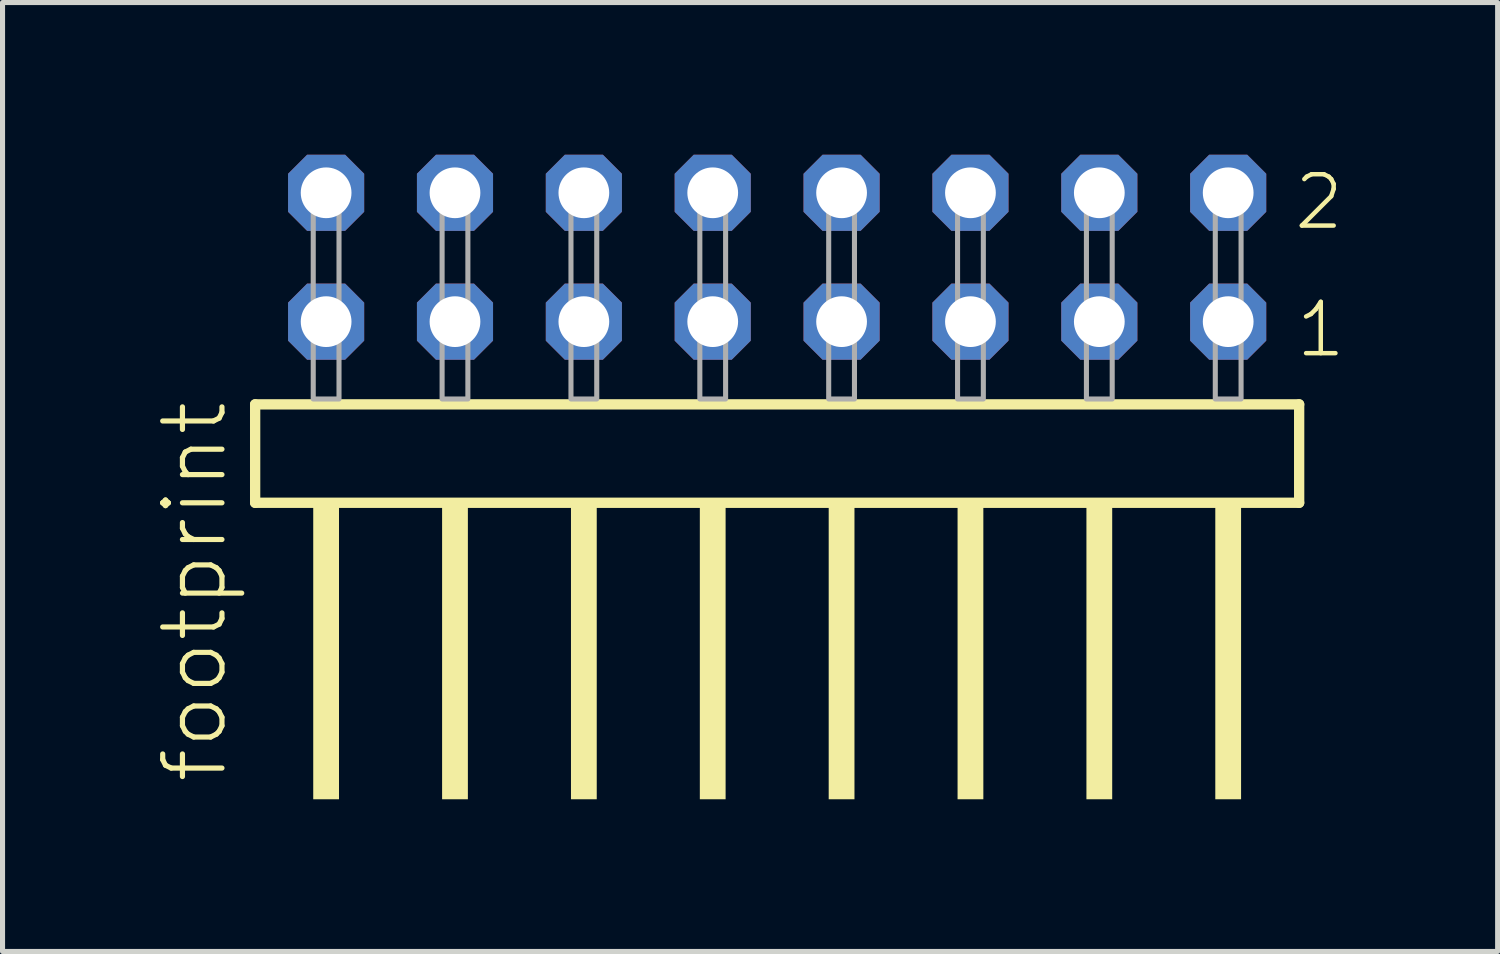
<source format=kicad_pcb>
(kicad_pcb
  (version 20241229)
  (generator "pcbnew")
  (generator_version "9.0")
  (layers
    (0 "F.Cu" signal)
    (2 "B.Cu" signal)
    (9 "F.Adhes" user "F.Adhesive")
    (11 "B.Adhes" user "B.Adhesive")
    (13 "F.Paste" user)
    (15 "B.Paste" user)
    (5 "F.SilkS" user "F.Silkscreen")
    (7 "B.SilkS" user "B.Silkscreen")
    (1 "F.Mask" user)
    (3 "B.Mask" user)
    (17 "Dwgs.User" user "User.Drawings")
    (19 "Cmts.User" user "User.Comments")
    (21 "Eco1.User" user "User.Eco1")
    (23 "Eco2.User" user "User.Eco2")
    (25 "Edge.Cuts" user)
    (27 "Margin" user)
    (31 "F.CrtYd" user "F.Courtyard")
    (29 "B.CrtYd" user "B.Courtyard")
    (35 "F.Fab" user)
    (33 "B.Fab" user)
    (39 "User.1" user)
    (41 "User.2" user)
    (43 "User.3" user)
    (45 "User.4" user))
  (footprint "footprint"
    (layer "F.Cu")
    (at 12.268 4.814)
    (property "Reference" "footprint" (at -10.795 7.62 90) (layer "F.SilkS") (effects (font (size 1.168 1.168) (thickness 0.102)) (justify left bottom)))
    (fp_line (start -10.289 0.106) (end -10.289 2.046) (stroke (width 0.203) (type solid)) (layer "F.SilkS"))
    (fp_line (start -10.289 2.046) (end 10.289 2.046) (stroke (width 0.203) (type solid)) (layer "F.SilkS"))
    (fp_line (start 10.289 0.106) (end -10.289 0.106) (stroke (width 0.203) (type solid)) (layer "F.SilkS"))
    (fp_line (start 10.289 2.046) (end 10.289 0.106) (stroke (width 0.203) (type solid)) (layer "F.SilkS"))
    (fp_poly (pts (xy -9.144 7.89) (xy -8.636 7.89) (xy -8.636 2.04) (xy -9.144 2.04)) (stroke (width 0) (type solid)) (fill yes) (layer "F.SilkS"))
    (fp_poly (pts (xy -6.604 7.89) (xy -6.096 7.89) (xy -6.096 2.04) (xy -6.604 2.04)) (stroke (width 0) (type solid)) (fill yes) (layer "F.SilkS"))
    (fp_poly (pts (xy -4.064 7.89) (xy -3.556 7.89) (xy -3.556 2.04) (xy -4.064 2.04)) (stroke (width 0) (type solid)) (fill yes) (layer "F.SilkS"))
    (fp_poly (pts (xy -1.524 7.89) (xy -1.016 7.89) (xy -1.016 2.04) (xy -1.524 2.04)) (stroke (width 0) (type solid)) (fill yes) (layer "F.SilkS"))
    (fp_poly (pts (xy 1.016 7.89) (xy 1.524 7.89) (xy 1.524 2.04) (xy 1.016 2.04)) (stroke (width 0) (type solid)) (fill yes) (layer "F.SilkS"))
    (fp_poly (pts (xy 3.556 7.89) (xy 4.064 7.89) (xy 4.064 2.04) (xy 3.556 2.04)) (stroke (width 0) (type solid)) (fill yes) (layer "F.SilkS"))
    (fp_poly (pts (xy 6.096 7.89) (xy 6.604 7.89) (xy 6.604 2.04) (xy 6.096 2.04)) (stroke (width 0) (type solid)) (fill yes) (layer "F.SilkS"))
    (fp_poly (pts (xy 8.636 7.89) (xy 9.144 7.89) (xy 9.144 2.04) (xy 8.636 2.04)) (stroke (width 0) (type solid)) (fill yes) (layer "F.SilkS"))
    (fp_poly (pts (xy -9.144 0) (xy -8.636 0) (xy -8.636 -4.318) (xy -9.144 -4.318)) (stroke (width 0.1) (type solid)) (fill no) (layer "F.Fab"))
    (fp_poly (pts (xy -6.604 0) (xy -6.096 0) (xy -6.096 -4.318) (xy -6.604 -4.318)) (stroke (width 0.1) (type solid)) (fill no) (layer "F.Fab"))
    (fp_poly (pts (xy -4.064 0) (xy -3.556 0) (xy -3.556 -4.318) (xy -4.064 -4.318)) (stroke (width 0.1) (type solid)) (fill no) (layer "F.Fab"))
    (fp_poly (pts (xy -1.524 0) (xy -1.016 0) (xy -1.016 -4.318) (xy -1.524 -4.318)) (stroke (width 0.1) (type solid)) (fill no) (layer "F.Fab"))
    (fp_poly (pts (xy 1.016 0) (xy 1.524 0) (xy 1.524 -4.318) (xy 1.016 -4.318)) (stroke (width 0.1) (type solid)) (fill no) (layer "F.Fab"))
    (fp_poly (pts (xy 3.556 0) (xy 4.064 0) (xy 4.064 -4.318) (xy 3.556 -4.318)) (stroke (width 0.1) (type solid)) (fill no) (layer "F.Fab"))
    (fp_poly (pts (xy 6.096 0) (xy 6.604 0) (xy 6.604 -4.318) (xy 6.096 -4.318)) (stroke (width 0.1) (type solid)) (fill no) (layer "F.Fab"))
    (fp_poly (pts (xy 8.636 0) (xy 9.144 0) (xy 9.144 -4.318) (xy 8.636 -4.318)) (stroke (width 0.1) (type solid)) (fill no) (layer "F.Fab"))
    (fp_text user "2" (at 10.14 -3.29 0) (layer "F.SilkS") (effects (font (size 1.012 1.012) (thickness 0.088)) (justify left bottom)))
    (fp_text user "1" (at 10.175 -0.775 0) (layer "F.SilkS") (effects (font (size 1.012 1.012) (thickness 0.088)) (justify left bottom)))
    (pad "1" thru_hole roundrect (at 8.89 -1.524 180) (size 1.5 1.5) (drill 1) (layers "*.Cu" "*.Mask") (roundrect_rratio 0.25) (chamfer_ratio 0.25) (chamfer top_left top_right bottom_left bottom_right))
    (pad "2" thru_hole roundrect (at 8.89 -4.064 180) (size 1.5 1.5) (drill 1) (layers "*.Cu" "*.Mask") (roundrect_rratio 0.25) (chamfer_ratio 0.25) (chamfer top_left top_right bottom_left bottom_right))
    (pad "3" thru_hole roundrect (at 6.35 -1.524 180) (size 1.5 1.5) (drill 1) (layers "*.Cu" "*.Mask") (roundrect_rratio 0.25) (chamfer_ratio 0.25) (chamfer top_left top_right bottom_left bottom_right))
    (pad "4" thru_hole roundrect (at 6.35 -4.064 180) (size 1.5 1.5) (drill 1) (layers "*.Cu" "*.Mask") (roundrect_rratio 0.25) (chamfer_ratio 0.25) (chamfer top_left top_right bottom_left bottom_right))
    (pad "5" thru_hole roundrect (at 3.81 -1.524 180) (size 1.5 1.5) (drill 1) (layers "*.Cu" "*.Mask") (roundrect_rratio 0.25) (chamfer_ratio 0.25) (chamfer top_left top_right bottom_left bottom_right))
    (pad "6" thru_hole roundrect (at 3.81 -4.064 180) (size 1.5 1.5) (drill 1) (layers "*.Cu" "*.Mask") (roundrect_rratio 0.25) (chamfer_ratio 0.25) (chamfer top_left top_right bottom_left bottom_right))
    (pad "7" thru_hole roundrect (at 1.27 -1.524 180) (size 1.5 1.5) (drill 1) (layers "*.Cu" "*.Mask") (roundrect_rratio 0.25) (chamfer_ratio 0.25) (chamfer top_left top_right bottom_left bottom_right))
    (pad "8" thru_hole roundrect (at 1.27 -4.064 180) (size 1.5 1.5) (drill 1) (layers "*.Cu" "*.Mask") (roundrect_rratio 0.25) (chamfer_ratio 0.25) (chamfer top_left top_right bottom_left bottom_right))
    (pad "9" thru_hole roundrect (at -1.27 -1.524 180) (size 1.5 1.5) (drill 1) (layers "*.Cu" "*.Mask") (roundrect_rratio 0.25) (chamfer_ratio 0.25) (chamfer top_left top_right bottom_left bottom_right))
    (pad "10" thru_hole roundrect (at -1.27 -4.064 180) (size 1.5 1.5) (drill 1) (layers "*.Cu" "*.Mask") (roundrect_rratio 0.25) (chamfer_ratio 0.25) (chamfer top_left top_right bottom_left bottom_right))
    (pad "11" thru_hole roundrect (at -3.81 -1.524 180) (size 1.5 1.5) (drill 1) (layers "*.Cu" "*.Mask") (roundrect_rratio 0.25) (chamfer_ratio 0.25) (chamfer top_left top_right bottom_left bottom_right))
    (pad "12" thru_hole roundrect (at -3.81 -4.064 180) (size 1.5 1.5) (drill 1) (layers "*.Cu" "*.Mask") (roundrect_rratio 0.25) (chamfer_ratio 0.25) (chamfer top_left top_right bottom_left bottom_right))
    (pad "13" thru_hole roundrect (at -6.35 -1.524 180) (size 1.5 1.5) (drill 1) (layers "*.Cu" "*.Mask") (roundrect_rratio 0.25) (chamfer_ratio 0.25) (chamfer top_left top_right bottom_left bottom_right))
    (pad "14" thru_hole roundrect (at -6.35 -4.064 180) (size 1.5 1.5) (drill 1) (layers "*.Cu" "*.Mask") (roundrect_rratio 0.25) (chamfer_ratio 0.25) (chamfer top_left top_right bottom_left bottom_right))
    (pad "15" thru_hole roundrect (at -8.89 -1.524 180) (size 1.5 1.5) (drill 1) (layers "*.Cu" "*.Mask") (roundrect_rratio 0.25) (chamfer_ratio 0.25) (chamfer top_left top_right bottom_left bottom_right))
    (pad "16" thru_hole roundrect (at -8.89 -4.064 180) (size 1.5 1.5) (drill 1) (layers "*.Cu" "*.Mask") (roundrect_rratio 0.25) (chamfer_ratio 0.25) (chamfer top_left top_right bottom_left bottom_right)))
  (gr_rect
    (start -3 -3)
    (end 26.469 15.704)
    (stroke (width 0.1) (type default))
    (fill no)
    (layer "Edge.Cuts")))
</source>
